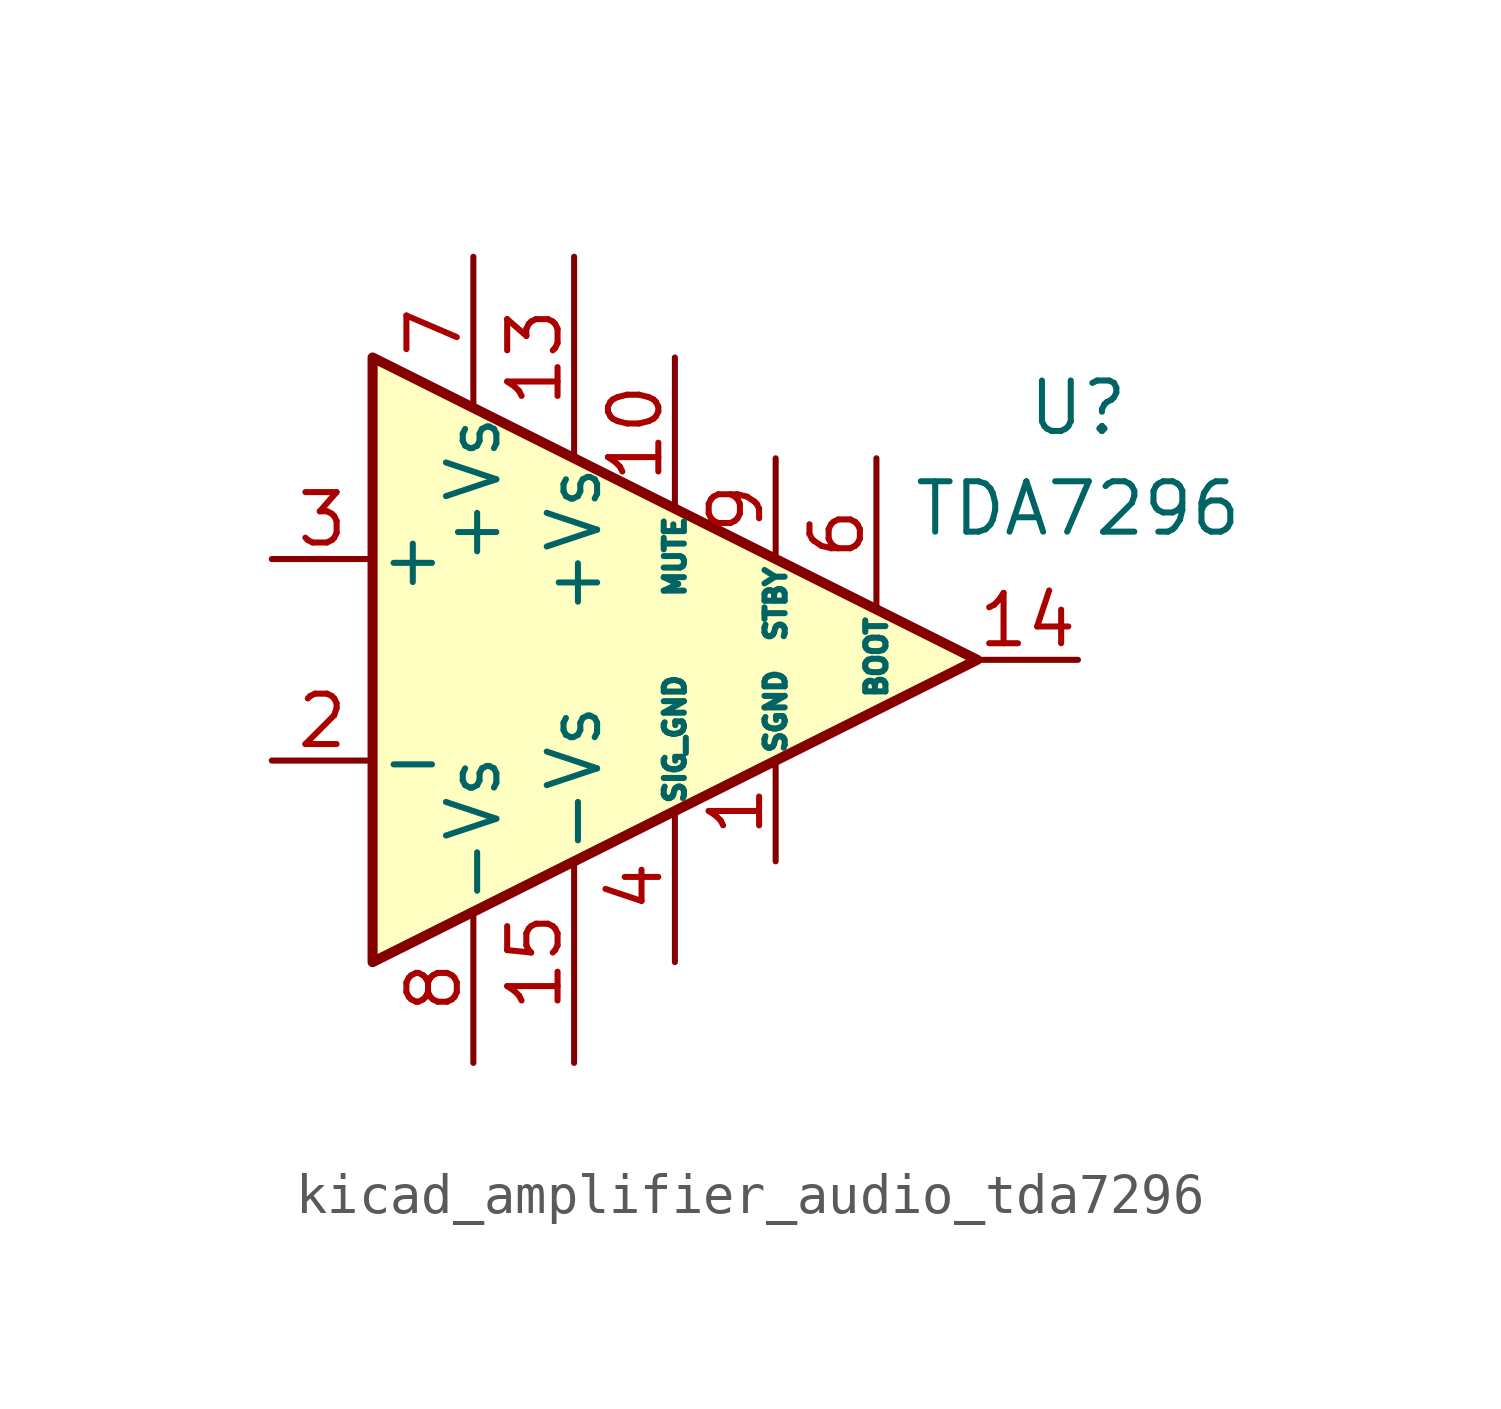
<source format=kicad_sym>
(kicad_symbol_lib
  (version 20220914)
  (generator kicad_symbol_editor)
  (symbol "kicad_amplifier_audio_tda7296"
    (pin_names
      (offset 0.127))
    (property "Reference" "U"
      (at 10.16 6.35 0)
      (effects (font (size 1.27 1.27))))
    (property "Value" "TDA7296"
      (at 10.16 3.81 0)
      (effects (font (size 1.27 1.27))))
    (symbol "kicad_amplifier_audio_tda7296_0_1"
      (polyline (pts (xy -7.62 7.62) (xy 7.62 0) (xy -7.62 -7.62) (xy -7.62 7.62)) (stroke (width 0.254) (type default)) (fill (type background))))
    (symbol "kicad_amplifier_audio_tda7296_1_1"
      (pin power_in line (at 2.54 -5.08 90) (length 2.54) (name "SGND" (effects (font (size 0.508 0.508)))) (number "1" (effects (font (size 1.27 1.27)))))
      (pin input line (at 0 7.62 270) (length 3.81) (name "MUTE" (effects (font (size 0.508 0.508)))) (number "10" (effects (font (size 1.27 1.27)))))
      (pin no_connect line (at 0 2.54 270) (length 2.54) hide (name "NC" (effects (font (size 1.27 1.27)))) (number "11" (effects (font (size 1.27 1.27)))))
      (pin no_connect line (at 2.54 2.54 270) (length 2.54) hide (name "NC" (effects (font (size 1.27 1.27)))) (number "12" (effects (font (size 1.27 1.27)))))
      (pin power_in line (at -2.54 10.16 270) (length 5.08) (name "+Vs" (effects (font (size 1.27 1.27)))) (number "13" (effects (font (size 1.27 1.27)))))
      (pin output line (at 10.16 0 180) (length 2.54) (name "~" (effects (font (size 1.27 1.27)))) (number "14" (effects (font (size 1.27 1.27)))))
      (pin power_in line (at -2.54 -10.16 90) (length 5.08) (name "-Vs" (effects (font (size 1.27 1.27)))) (number "15" (effects (font (size 1.27 1.27)))))
      (pin input line (at -10.16 -2.54 0) (length 2.54) (name "-" (effects (font (size 1.27 1.27)))) (number "2" (effects (font (size 1.27 1.27)))))
      (pin input line (at -10.16 2.54 0) (length 2.54) (name "+" (effects (font (size 1.27 1.27)))) (number "3" (effects (font (size 1.27 1.27)))))
      (pin power_in line (at 0 -7.62 90) (length 3.81) (name "SIG_GND" (effects (font (size 0.508 0.508)))) (number "4" (effects (font (size 1.27 1.27)))))
      (pin no_connect line (at -2.54 2.54 270) (length 2.54) hide (name "NC" (effects (font (size 1.27 1.27)))) (number "5" (effects (font (size 1.27 1.27)))))
      (pin passive line (at 5.08 5.08 270) (length 3.81) (name "BOOT" (effects (font (size 0.508 0.508)))) (number "6" (effects (font (size 1.27 1.27)))))
      (pin power_in line (at -5.08 10.16 270) (length 3.81) (name "+Vs" (effects (font (size 1.27 1.27)))) (number "7" (effects (font (size 1.27 1.27)))))
      (pin power_in line (at -5.08 -10.16 90) (length 3.81) (name "-Vs" (effects (font (size 1.27 1.27)))) (number "8" (effects (font (size 1.27 1.27)))))
      (pin input line (at 2.54 5.08 270) (length 2.54) (name "STBY" (effects (font (size 0.508 0.508)))) (number "9" (effects (font (size 1.27 1.27))))))))
</source>
